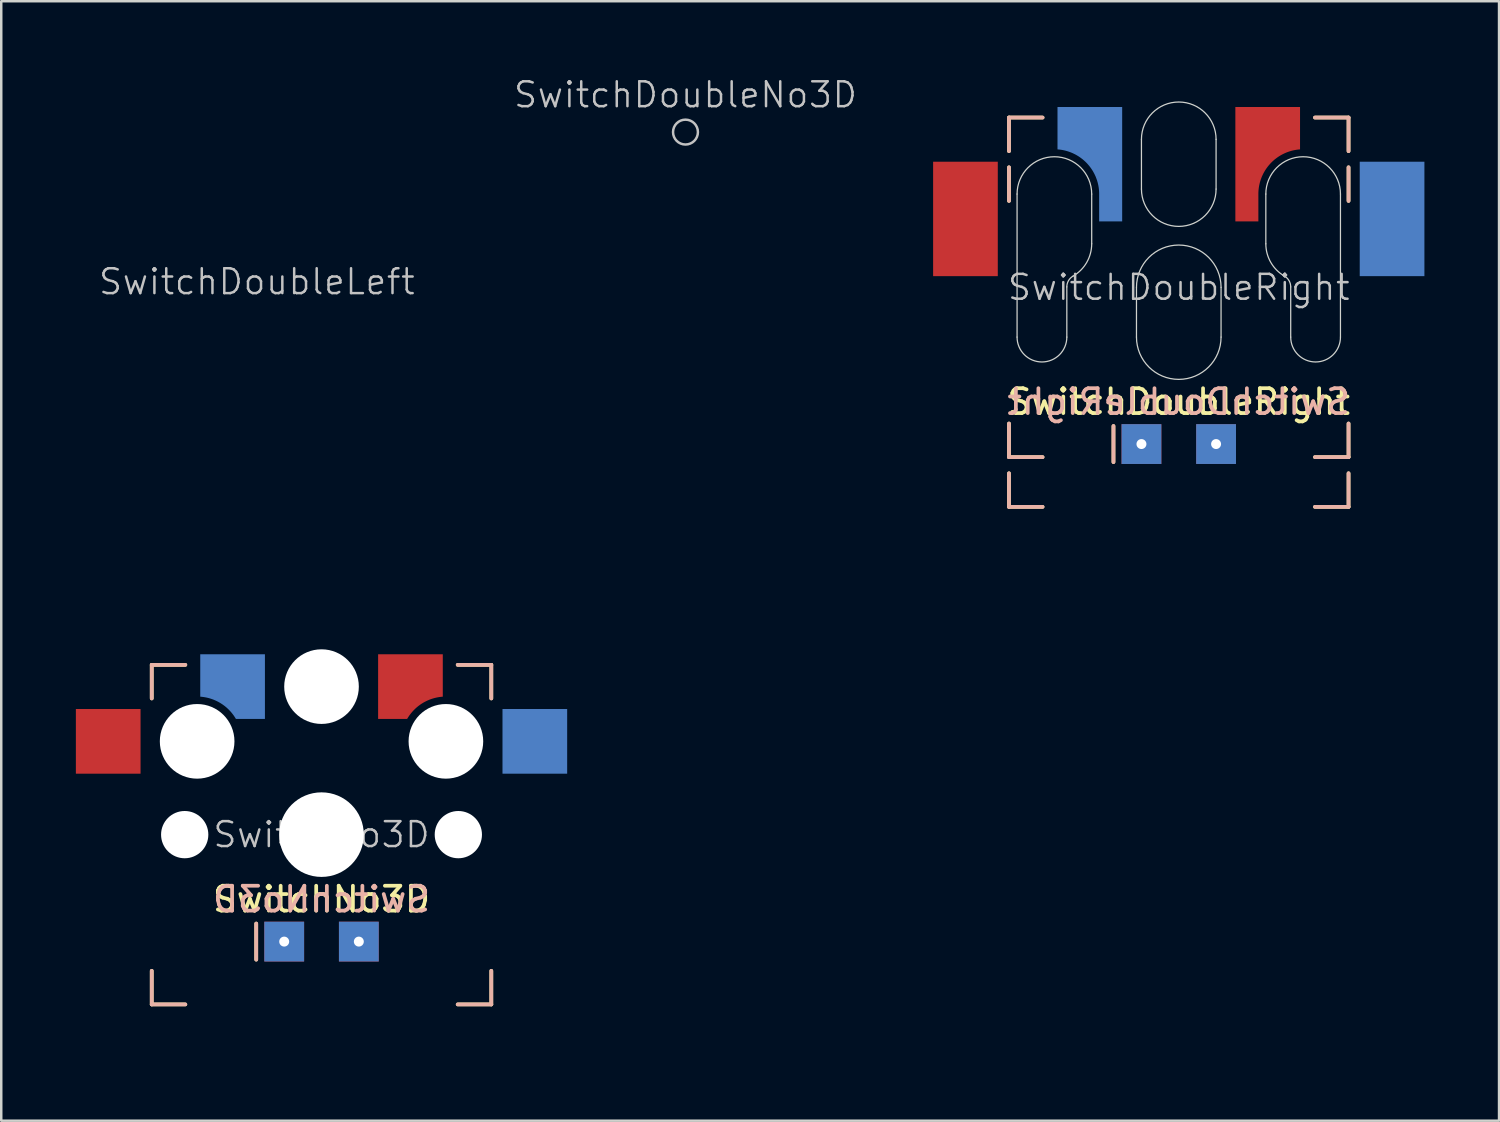
<source format=kicad_pcb>
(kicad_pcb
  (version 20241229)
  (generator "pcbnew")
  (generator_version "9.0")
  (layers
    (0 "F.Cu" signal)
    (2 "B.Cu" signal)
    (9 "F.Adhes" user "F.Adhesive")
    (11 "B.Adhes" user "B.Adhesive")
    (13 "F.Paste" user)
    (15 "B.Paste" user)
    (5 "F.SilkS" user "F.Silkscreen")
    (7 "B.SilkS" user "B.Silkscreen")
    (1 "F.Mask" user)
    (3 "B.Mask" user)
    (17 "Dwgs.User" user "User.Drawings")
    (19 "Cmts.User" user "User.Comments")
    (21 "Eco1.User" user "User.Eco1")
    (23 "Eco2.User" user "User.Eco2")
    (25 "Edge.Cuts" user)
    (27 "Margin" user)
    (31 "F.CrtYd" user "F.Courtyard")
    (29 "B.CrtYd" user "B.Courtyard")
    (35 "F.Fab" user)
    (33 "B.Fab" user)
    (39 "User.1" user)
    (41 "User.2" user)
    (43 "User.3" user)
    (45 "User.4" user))
  (footprint "SwitchDoubleNo3D"
    (layer "F.Cu")
    (at 24.506 2.26)
    (property "Reference" "SwitchDoubleNo3D" (at 0 -1.5 0) (unlocked yes) (layer "Dwgs.User") (effects (font (size 1 1) (thickness 0.1))))
    (attr through_hole)
    (fp_circle (center 0 0) (end 0.5 0) (stroke (width 0.1) (type default)) (fill no) (layer "Dwgs.User")))
  (footprint "SwitchDoubleLeft"
    (layer "F.Cu")
    (at 7.276 9.275)
    (property "Reference" "SwitchDoubleLeft" (at 0 -1 0) (unlocked yes) (layer "Dwgs.User") (effects (font (size 1 1) (thickness 0.1))))
    (fp_rect (start 6.9 -7.9) (end -6.9 5.9) (stroke (width 0.001) (type default)) (fill no) (layer "B.Fab"))
    (fp_rect (start 7.275 -9.275) (end -2.275 -2.425) (stroke (width 0.001) (type default)) (fill no) (layer "B.Fab"))
    (fp_rect (start -7.275 -9.275) (end 2.275 -2.425) (stroke (width 0.001) (type default)) (fill no) (layer "F.Fab"))
    (fp_rect (start -6.9 -7.9) (end 6.9 5.9) (stroke (width 0.001) (type default)) (fill no) (layer "F.Fab")))
  (footprint "SwitchNo3D"
    (layer "F.Cu")
    (at 9.875 30.502)
    (property "Reference" "SwitchNo3D" (at 0 0 0) (unlocked yes) (layer "Dwgs.User") (effects (font (size 1 1) (thickness 0.1))))
    (property "Value" "SwitchNo3D" (at 0 1.2 0) (unlocked yes) (layer "Dwgs.User") (hide yes) (effects (font (size 1 1) (thickness 0.1))))
    (attr smd)
    (fp_line (start -6.825 -6.825) (end -6.825 -5.475) (stroke (width 0.15) (type default)) (layer "F.SilkS"))
    (fp_line (start -6.825 -6.825) (end -5.475 -6.825) (stroke (width 0.15) (type default)) (layer "F.SilkS"))
    (fp_line (start -6.825 6.825) (end -6.825 5.475) (stroke (width 0.15) (type default)) (layer "F.SilkS"))
    (fp_line (start -6.825 6.825) (end -5.475 6.825) (stroke (width 0.15) (type default)) (layer "F.SilkS"))
    (fp_line (start -2.625 3.575) (end -2.625 5.025) (stroke (width 0.15) (type default)) (layer "F.SilkS"))
    (fp_line (start 6.825 -6.825) (end 5.475 -6.825) (stroke (width 0.15) (type default)) (layer "F.SilkS"))
    (fp_line (start 6.825 -6.825) (end 6.825 -5.475) (stroke (width 0.15) (type default)) (layer "F.SilkS"))
    (fp_line (start 6.825 6.825) (end 5.475 6.825) (stroke (width 0.15) (type default)) (layer "F.SilkS"))
    (fp_line (start 6.825 6.825) (end 6.825 5.475) (stroke (width 0.15) (type default)) (layer "F.SilkS"))
    (fp_line (start -6.825 -6.825) (end -6.825 -5.475) (stroke (width 0.15) (type default)) (layer "B.SilkS"))
    (fp_line (start -6.825 -6.825) (end -5.475 -6.825) (stroke (width 0.15) (type default)) (layer "B.SilkS"))
    (fp_line (start -6.825 6.825) (end -6.825 5.475) (stroke (width 0.15) (type default)) (layer "B.SilkS"))
    (fp_line (start -6.825 6.825) (end -5.475 6.825) (stroke (width 0.15) (type default)) (layer "B.SilkS"))
    (fp_line (start -2.625 3.575) (end -2.625 5.025) (stroke (width 0.15) (type default)) (layer "B.SilkS"))
    (fp_line (start 6.825 -6.825) (end 5.475 -6.825) (stroke (width 0.15) (type default)) (layer "B.SilkS"))
    (fp_line (start 6.825 -6.825) (end 6.825 -5.475) (stroke (width 0.15) (type default)) (layer "B.SilkS"))
    (fp_line (start 6.825 6.825) (end 5.475 6.825) (stroke (width 0.15) (type default)) (layer "B.SilkS"))
    (fp_line (start 6.825 6.825) (end 6.825 5.475) (stroke (width 0.15) (type default)) (layer "B.SilkS"))
    (fp_rect (start -9 -8.5) (end 9 8.5) (stroke (width 0.001) (type default)) (fill no) (layer "Dwgs.User"))
    (fp_rect (start -8.9 -4.1) (end -7.3 -2.5) (stroke (width 0.001) (type default)) (fill no) (layer "Dwgs.User"))
    (fp_rect (start -3.9 -7.2) (end -2.3 -5.6) (stroke (width 0.001) (type default)) (fill no) (layer "Dwgs.User"))
    (fp_rect (start 3.9 -7.2) (end 2.3 -5.6) (stroke (width 0.001) (type default)) (fill no) (layer "Dwgs.User"))
    (fp_rect (start 7.3 -4.1) (end 8.9 -2.5) (stroke (width 0.001) (type default)) (fill no) (layer "Dwgs.User"))
    (fp_rect (start 6.9 -6.9) (end -6.9 6.9) (stroke (width 0.001) (type default)) (fill no) (layer "B.Fab"))
    (fp_rect (start 7.275 -8.275) (end -2.275 -1.425) (stroke (width 0.001) (type default)) (fill no) (layer "B.Fab"))
    (fp_rect (start -7.275 -8.275) (end 2.275 -1.425) (stroke (width 0.001) (type default)) (fill no) (layer "F.Fab"))
    (fp_rect (start -6.9 -6.9) (end 6.9 6.9) (stroke (width 0.001) (type default)) (fill no) (layer "F.Fab"))
    (fp_text user "${VALUE}" (at 0 2.6 0) (unlocked yes) (layer "F.SilkS") (effects (font (size 1 1) (thickness 0.15))))
    (fp_text user "${VALUE}" (at 0 2.6 0) (unlocked yes) (layer "B.SilkS") (effects (font (size 1 1) (thickness 0.15)) (justify mirror)))
    (pad "" np_thru_hole circle (at -5.5 0) (size 1.9 1.9) (drill 1.9) (layers "*.Cu" "*.Mask"))
    (pad "" np_thru_hole circle (at -5 -3.75) (size 3 3) (drill 3) (layers "*.Cu" "*.Mask"))
    (pad "" np_thru_hole circle (at 0 -5.95) (size 3 3) (drill 3) (layers "*.Cu" "*.Mask"))
    (pad "" np_thru_hole circle (at 0 0) (size 3.4 3.4) (drill 3.4) (layers "*.Cu" "*.Mask"))
    (pad "" np_thru_hole circle (at 5 -3.75) (size 3 3) (drill 3) (layers "*.Cu" "*.Mask"))
    (pad "" np_thru_hole circle (at 5.5 0) (size 1.9 1.9) (drill 1.9) (layers "*.Cu" "*.Mask"))
    (pad "1" smd custom (at -8.1 -3.3) (size 1.6 1.6) (layers "F.Cu" "F.Mask" "F.Paste") (options (anchor rect)) (primitives (gr_rect (start -1.775 -1.75) (end 0.825 0.85) (width 0) (fill yes))))
    (pad "2" smd custom (at -3.1 -6.4) (size 1.6 1.6) (layers "B.Cu" "B.Mask" "B.Paste") (options (anchor rect)) (primitives (gr_poly (pts (xy -1.775 -0.85) (xy 0.825 -0.85) (xy 0.825 1.75) (xy -0.341 1.75) (xy -0.355 1.726) (xy -0.37 1.702) (xy -0.385 1.678) (xy -0.4 1.655) (xy -0.416 1.632) (xy -0.431 1.609) (xy -0.448 1.586) (xy -0.465 1.564) (xy -0.482 1.542) (xy -0.499 1.52) (xy -0.517 1.498) (xy -0.535 1.477) (xy -0.553 1.456) (xy -0.572 1.435) (xy -0.591 1.415) (xy -0.61 1.395) (xy -0.63 1.375) (xy -0.65 1.355) (xy -0.67 1.336) (xy -0.691 1.317) (xy -0.711 1.298) (xy -0.732 1.28) (xy -0.754 1.262) (xy -0.775 1.244) (xy -0.797 1.227) (xy -0.82 1.21) (xy -0.842 1.194) (xy -0.865 1.177) (xy -0.888 1.161) (xy -0.911 1.146) (xy -0.934 1.131) (xy -0.958 1.116) (xy -0.982 1.101) (xy -1.006 1.087) (xy -1.031 1.074) (xy -1.055 1.06) (xy -1.08 1.048) (xy -1.105 1.035) (xy -1.13 1.023) (xy -1.155 1.011) (xy -1.181 1) (xy -1.207 0.989) (xy -1.232 0.978) (xy -1.258 0.968) (xy -1.285 0.958) (xy -1.311 0.949) (xy -1.337 0.94) (xy -1.364 0.932) (xy -1.391 0.923) (xy -1.418 0.916) (xy -1.445 0.908) (xy -1.472 0.902) (xy -1.499 0.895) (xy -1.526 0.889) (xy -1.554 0.884) (xy -1.581 0.878) (xy -1.609 0.874) (xy -1.636 0.869) (xy -1.664 0.866) (xy -1.692 0.862) (xy -1.719 0.859) (xy -1.747 0.856) (xy -1.775 0.854)) (width 0) (fill yes))))
    (pad "3" smd custom (at 8.1 -3.3) (size 1.6 1.6) (layers "B.Cu" "B.Mask" "B.Paste") (options (anchor rect)) (primitives (gr_rect (start -0.825 -1.75) (end 1.775 0.85) (width 0) (fill yes))))
    (pad "4" smd custom (at 3.1 -6.4) (size 1.6 1.6) (layers "F.Cu" "F.Mask" "F.Paste") (options (anchor rect)) (primitives (gr_poly (pts (xy 1.775 -0.85) (xy -0.825 -0.85) (xy -0.825 1.75) (xy 0.341 1.75) (xy 0.355 1.726) (xy 0.37 1.702) (xy 0.385 1.678) (xy 0.4 1.655) (xy 0.416 1.632) (xy 0.431 1.609) (xy 0.448 1.586) (xy 0.465 1.564) (xy 0.482 1.542) (xy 0.499 1.52) (xy 0.517 1.498) (xy 0.535 1.477) (xy 0.553 1.456) (xy 0.572 1.435) (xy 0.591 1.415) (xy 0.61 1.395) (xy 0.63 1.375) (xy 0.65 1.355) (xy 0.67 1.336) (xy 0.691 1.317) (xy 0.711 1.298) (xy 0.732 1.28) (xy 0.754 1.262) (xy 0.775 1.244) (xy 0.797 1.227) (xy 0.82 1.21) (xy 0.842 1.194) (xy 0.865 1.177) (xy 0.888 1.161) (xy 0.911 1.146) (xy 0.934 1.131) (xy 0.958 1.116) (xy 0.982 1.101) (xy 1.006 1.087) (xy 1.031 1.074) (xy 1.055 1.06) (xy 1.08 1.048) (xy 1.105 1.035) (xy 1.13 1.023) (xy 1.155 1.011) (xy 1.181 1) (xy 1.207 0.989) (xy 1.232 0.978) (xy 1.258 0.968) (xy 1.285 0.958) (xy 1.311 0.949) (xy 1.337 0.94) (xy 1.364 0.932) (xy 1.391 0.923) (xy 1.418 0.916) (xy 1.445 0.908) (xy 1.472 0.902) (xy 1.499 0.895) (xy 1.526 0.889) (xy 1.554 0.884) (xy 1.581 0.878) (xy 1.609 0.874) (xy 1.636 0.869) (xy 1.664 0.866) (xy 1.692 0.862) (xy 1.719 0.859) (xy 1.747 0.856) (xy 1.775 0.854)) (width 0) (fill yes))))
    (pad "5" thru_hole rect (at 1.5 4.3) (size 1.6 1.6) (drill 0.4) (layers "*.Cu" "*.Paste" "*.Mask"))
    (pad "6" thru_hole rect (at -1.5 4.3) (size 1.6 1.6) (drill 0.4) (layers "*.Cu" "*.Paste" "*.Mask")))
  (footprint "SwitchDoubleRight"
    (layer "F.Cu")
    (at 44.336 9.501)
    (property "Reference" "SwitchDoubleRight" (at 0 -1 0) (unlocked yes) (layer "Dwgs.User") (effects (font (size 1 1) (thickness 0.1))))
    (property "Value" "SwitchDoubleRight" (at 0 0.2 0) (unlocked yes) (layer "Dwgs.User") (hide yes) (effects (font (size 1 1) (thickness 0.1))))
    (attr smd)
    (fp_line (start -6.825 -7.825) (end -6.825 -6.475) (stroke (width 0.15) (type default)) (layer "F.SilkS"))
    (fp_line (start -6.825 -7.825) (end -5.475 -7.825) (stroke (width 0.15) (type default)) (layer "F.SilkS"))
    (fp_line (start -6.825 -5.825) (end -6.825 -4.475) (stroke (width 0.15) (type default)) (layer "F.SilkS"))
    (fp_line (start -6.825 5.825) (end -6.825 4.475) (stroke (width 0.15) (type default)) (layer "F.SilkS"))
    (fp_line (start -6.825 5.825) (end -5.475 5.825) (stroke (width 0.15) (type default)) (layer "F.SilkS"))
    (fp_line (start -6.825 7.825) (end -6.825 6.475) (stroke (width 0.15) (type default)) (layer "F.SilkS"))
    (fp_line (start -6.825 7.825) (end -5.475 7.825) (stroke (width 0.15) (type default)) (layer "F.SilkS"))
    (fp_line (start -2.625 4.575) (end -2.625 6.025) (stroke (width 0.15) (type default)) (layer "F.SilkS"))
    (fp_line (start 6.825 -7.825) (end 5.475 -7.825) (stroke (width 0.15) (type default)) (layer "F.SilkS"))
    (fp_line (start 6.825 -7.825) (end 6.825 -6.475) (stroke (width 0.15) (type default)) (layer "F.SilkS"))
    (fp_line (start 6.825 -5.825) (end 6.825 -4.475) (stroke (width 0.15) (type default)) (layer "F.SilkS"))
    (fp_line (start 6.825 5.825) (end 5.475 5.825) (stroke (width 0.15) (type default)) (layer "F.SilkS"))
    (fp_line (start 6.825 5.825) (end 6.825 4.475) (stroke (width 0.15) (type default)) (layer "F.SilkS"))
    (fp_line (start 6.825 7.825) (end 5.475 7.825) (stroke (width 0.15) (type default)) (layer "F.SilkS"))
    (fp_line (start 6.825 7.825) (end 6.825 6.475) (stroke (width 0.15) (type default)) (layer "F.SilkS"))
    (fp_line (start -6.825 -7.825) (end -6.825 -6.475) (stroke (width 0.15) (type default)) (layer "B.SilkS"))
    (fp_line (start -6.825 -7.825) (end -5.475 -7.825) (stroke (width 0.15) (type default)) (layer "B.SilkS"))
    (fp_line (start -6.825 -5.825) (end -6.825 -4.475) (stroke (width 0.15) (type default)) (layer "B.SilkS"))
    (fp_line (start -6.825 5.825) (end -6.825 4.475) (stroke (width 0.15) (type default)) (layer "B.SilkS"))
    (fp_line (start -6.825 5.825) (end -5.475 5.825) (stroke (width 0.15) (type default)) (layer "B.SilkS"))
    (fp_line (start -6.825 7.825) (end -6.825 6.475) (stroke (width 0.15) (type default)) (layer "B.SilkS"))
    (fp_line (start -6.825 7.825) (end -5.475 7.825) (stroke (width 0.15) (type default)) (layer "B.SilkS"))
    (fp_line (start -2.625 4.575) (end -2.625 6.025) (stroke (width 0.15) (type default)) (layer "B.SilkS"))
    (fp_line (start 6.825 -7.825) (end 5.475 -7.825) (stroke (width 0.15) (type default)) (layer "B.SilkS"))
    (fp_line (start 6.825 -7.825) (end 6.825 -6.475) (stroke (width 0.15) (type default)) (layer "B.SilkS"))
    (fp_line (start 6.825 -5.825) (end 6.825 -4.475) (stroke (width 0.15) (type default)) (layer "B.SilkS"))
    (fp_line (start 6.825 5.825) (end 5.475 5.825) (stroke (width 0.15) (type default)) (layer "B.SilkS"))
    (fp_line (start 6.825 5.825) (end 6.825 4.475) (stroke (width 0.15) (type default)) (layer "B.SilkS"))
    (fp_line (start 6.825 7.825) (end 5.475 7.825) (stroke (width 0.15) (type default)) (layer "B.SilkS"))
    (fp_line (start 6.825 7.825) (end 6.825 6.475) (stroke (width 0.15) (type default)) (layer "B.SilkS"))
    (fp_rect (start -9 -9.5) (end 9 9.5) (stroke (width 0.001) (type default)) (fill no) (layer "Dwgs.User"))
    (fp_line (start -6.5 -4.75) (end -6.5 1) (stroke (width 0.05) (type default)) (layer "Edge.Cuts"))
    (fp_line (start -4.5 1) (end -4.5 -1.018) (stroke (width 0.05) (type default)) (layer "Edge.Cuts"))
    (fp_line (start -3.5 -4.75) (end -3.5 -2.75) (stroke (width 0.05) (type default)) (layer "Edge.Cuts"))
    (fp_line (start -1.7 -1) (end -1.7 1) (stroke (width 0.05) (type default)) (layer "Edge.Cuts"))
    (fp_line (start -1.5 -6.95) (end -1.5 -4.95) (stroke (width 0.05) (type default)) (layer "Edge.Cuts"))
    (fp_line (start 1.5 -6.95) (end 1.5 -4.95) (stroke (width 0.05) (type default)) (layer "Edge.Cuts"))
    (fp_line (start 1.7 -1) (end 1.7 1) (stroke (width 0.05) (type default)) (layer "Edge.Cuts"))
    (fp_line (start 3.5 -4.75) (end 3.5 -2.75) (stroke (width 0.05) (type default)) (layer "Edge.Cuts"))
    (fp_line (start 4.5 1) (end 4.5 -1.018) (stroke (width 0.05) (type default)) (layer "Edge.Cuts"))
    (fp_line (start 6.5 -4.75) (end 6.5 1) (stroke (width 0.05) (type default)) (layer "Edge.Cuts"))
    (fp_arc (start -6.5 -4.75) (mid -5 -6.25) (end -3.5 -4.75) (stroke (width 0.05) (type default)) (layer "Edge.Cuts"))
    (fp_arc (start -4.5 -1.017949) (mid -4.433013 -1.267949) (end -4.25 -1.450962) (stroke (width 0.05) (type default)) (layer "Edge.Cuts"))
    (fp_arc (start -4.5 1) (mid -5.5 2) (end -6.5 1) (stroke (width 0.05) (type default)) (layer "Edge.Cuts"))
    (fp_arc (start -3.5 -2.75) (mid -3.700962 -2) (end -4.25 -1.450962) (stroke (width 0.05) (type default)) (layer "Edge.Cuts"))
    (fp_arc (start -1.7 -1) (mid 0 -2.7) (end 1.7 -1) (stroke (width 0.05) (type default)) (layer "Edge.Cuts"))
    (fp_arc (start -1.5 -6.95) (mid 0 -8.45) (end 1.5 -6.95) (stroke (width 0.05) (type default)) (layer "Edge.Cuts"))
    (fp_arc (start 1.5 -4.95) (mid 0 -3.45) (end -1.5 -4.95) (stroke (width 0.05) (type default)) (layer "Edge.Cuts"))
    (fp_arc (start 1.7 1) (mid 0 2.7) (end -1.7 1) (stroke (width 0.05) (type default)) (layer "Edge.Cuts"))
    (fp_arc (start 3.5 -4.75) (mid 5 -6.25) (end 6.5 -4.75) (stroke (width 0.05) (type default)) (layer "Edge.Cuts"))
    (fp_arc (start 4.25 -1.450962) (mid 3.700962 -2) (end 3.5 -2.75) (stroke (width 0.05) (type default)) (layer "Edge.Cuts"))
    (fp_arc (start 4.25 -1.450962) (mid 4.433013 -1.267949) (end 4.5 -1.017949) (stroke (width 0.05) (type default)) (layer "Edge.Cuts"))
    (fp_arc (start 6.5 1) (mid 5.5 2) (end 4.5 1) (stroke (width 0.05) (type default)) (layer "Edge.Cuts"))
    (fp_rect (start 6.9 -5.9) (end -6.9 7.9) (stroke (width 0.001) (type default)) (fill no) (layer "B.Fab"))
    (fp_rect (start 7.275 -7.275) (end -2.275 -0.425) (stroke (width 0.001) (type default)) (fill no) (layer "B.Fab"))
    (fp_rect (start -7.275 -7.275) (end 2.275 -0.425) (stroke (width 0.001) (type default)) (fill no) (layer "F.Fab"))
    (fp_rect (start -6.9 -5.9) (end 6.9 7.9) (stroke (width 0.001) (type default)) (fill no) (layer "F.Fab"))
    (fp_rect (start -8.9 -3.1) (end -7.3 -1.5) (stroke (width 0.001) (type default)) (fill no) (layer "User.1"))
    (fp_rect (start -3.9 -8.2) (end -2.3 -6.6) (stroke (width 0.001) (type default)) (fill no) (layer "User.1"))
    (fp_rect (start 3.9 -8.2) (end 2.3 -6.6) (stroke (width 0.001) (type default)) (fill no) (layer "User.1"))
    (fp_rect (start 7.3 -3.1) (end 8.9 -1.5) (stroke (width 0.001) (type default)) (fill no) (layer "User.1"))
    (fp_text user "${VALUE}" (at 0 3.6 0) (unlocked yes) (layer "F.SilkS") (effects (font (size 1 1) (thickness 0.15))))
    (fp_text user "${VALUE}" (at 0 3.6 0) (unlocked yes) (layer "B.SilkS") (effects (font (size 1 1) (thickness 0.15)) (justify mirror)))
    (pad "1" smd custom (at -8.1 -2.3) (size 1.6 1.6) (layers "F.Cu" "F.Mask" "F.Paste") (options (anchor rect)) (primitives (gr_rect (start -1.775 -3.75) (end 0.825 0.85) (width 0) (fill yes))))
    (pad "2" smd custom (at -3.1 -7.4) (size 1.6 1.6) (layers "B.Cu" "B.Mask" "B.Paste") (options (anchor rect)) (primitives (gr_poly (pts (xy -1.775 -0.85) (xy 0.825 -0.85) (xy 0.825 3.75) (xy -0.1 3.75) (xy -0.1 2.65) (xy -0.1 2.607) (xy -0.102 2.564) (xy -0.104 2.521) (xy -0.108 2.479) (xy -0.113 2.436) (xy -0.118 2.393) (xy -0.125 2.351) (xy -0.132 2.309) (xy -0.141 2.267) (xy -0.151 2.225) (xy -0.161 2.183) (xy -0.173 2.142) (xy -0.185 2.101) (xy -0.199 2.061) (xy -0.214 2.02) (xy -0.229 1.98) (xy -0.245 1.94) (xy -0.263 1.901) (xy -0.281 1.863) (xy -0.3 1.824) (xy -0.321 1.786) (xy -0.342 1.749) (xy -0.363 1.712) (xy -0.386 1.676) (xy -0.41 1.64) (xy -0.434 1.605) (xy -0.46 1.57) (xy -0.486 1.536) (xy -0.513 1.503) (xy -0.541 1.47) (xy -0.569 1.438) (xy -0.598 1.406) (xy -0.628 1.376) (xy -0.659 1.346) (xy -0.691 1.317) (xy -0.723 1.288) (xy -0.755 1.26) (xy -0.789 1.234) (xy -0.823 1.208) (xy -0.858 1.182) (xy -0.893 1.158) (xy -0.929 1.134) (xy -0.965 1.112) (xy -1.002 1.09) (xy -1.039 1.069) (xy -1.077 1.049) (xy -1.116 1.03) (xy -1.155 1.011) (xy -1.194 0.994) (xy -1.233 0.978) (xy -1.274 0.962) (xy -1.314 0.948) (xy -1.355 0.934) (xy -1.396 0.922) (xy -1.437 0.91) (xy -1.478 0.9) (xy -1.52 0.89) (xy -1.562 0.882) (xy -1.605 0.874) (xy -1.647 0.868) (xy -1.69 0.862) (xy -1.732 0.858) (xy -1.775 0.854)) (width 0) (fill yes))))
    (pad "3" smd custom (at 8.1 -2.3) (size 1.6 1.6) (layers "B.Cu" "B.Mask" "B.Paste") (options (anchor rect)) (primitives (gr_rect (start -0.825 -3.75) (end 1.775 0.85) (width 0) (fill yes))))
    (pad "4" smd custom (at 3.1 -7.4) (size 1.6 1.6) (layers "F.Cu" "F.Mask" "F.Paste") (options (anchor rect)) (primitives (gr_poly (pts (xy 1.775 -0.85) (xy -0.825 -0.85) (xy -0.825 3.75) (xy 0.1 3.75) (xy 0.1 2.65) (xy 0.1 2.607) (xy 0.102 2.564) (xy 0.104 2.521) (xy 0.108 2.479) (xy 0.113 2.436) (xy 0.118 2.393) (xy 0.125 2.351) (xy 0.132 2.309) (xy 0.141 2.267) (xy 0.151 2.225) (xy 0.161 2.183) (xy 0.173 2.142) (xy 0.185 2.101) (xy 0.199 2.061) (xy 0.214 2.02) (xy 0.229 1.98) (xy 0.245 1.94) (xy 0.263 1.901) (xy 0.281 1.863) (xy 0.3 1.824) (xy 0.321 1.786) (xy 0.342 1.749) (xy 0.363 1.712) (xy 0.386 1.676) (xy 0.41 1.64) (xy 0.434 1.605) (xy 0.46 1.57) (xy 0.486 1.536) (xy 0.513 1.503) (xy 0.541 1.47) (xy 0.569 1.438) (xy 0.598 1.406) (xy 0.628 1.376) (xy 0.659 1.346) (xy 0.691 1.317) (xy 0.723 1.288) (xy 0.755 1.26) (xy 0.789 1.234) (xy 0.823 1.208) (xy 0.858 1.182) (xy 0.893 1.158) (xy 0.929 1.134) (xy 0.965 1.112) (xy 1.002 1.09) (xy 1.039 1.069) (xy 1.077 1.049) (xy 1.116 1.03) (xy 1.155 1.011) (xy 1.194 0.994) (xy 1.233 0.978) (xy 1.274 0.962) (xy 1.314 0.948) (xy 1.355 0.934) (xy 1.396 0.922) (xy 1.437 0.91) (xy 1.478 0.9) (xy 1.52 0.89) (xy 1.562 0.882) (xy 1.605 0.874) (xy 1.647 0.868) (xy 1.69 0.862) (xy 1.732 0.858) (xy 1.775 0.854)) (width 0) (fill yes))))
    (pad "5" thru_hole rect (at 1.5 5.3) (size 1.6 1.6) (drill 0.4) (layers "*.Cu" "*.Paste" "*.Mask"))
    (pad "6" thru_hole rect (at -1.5 5.3) (size 1.6 1.6) (drill 0.4) (layers "*.Cu" "*.Paste" "*.Mask")))
  (gr_rect
    (start -3 -3)
    (end 57.211 42.002)
    (stroke (width 0.1) (type default))
    (fill no)
    (layer "Edge.Cuts")))
</source>
